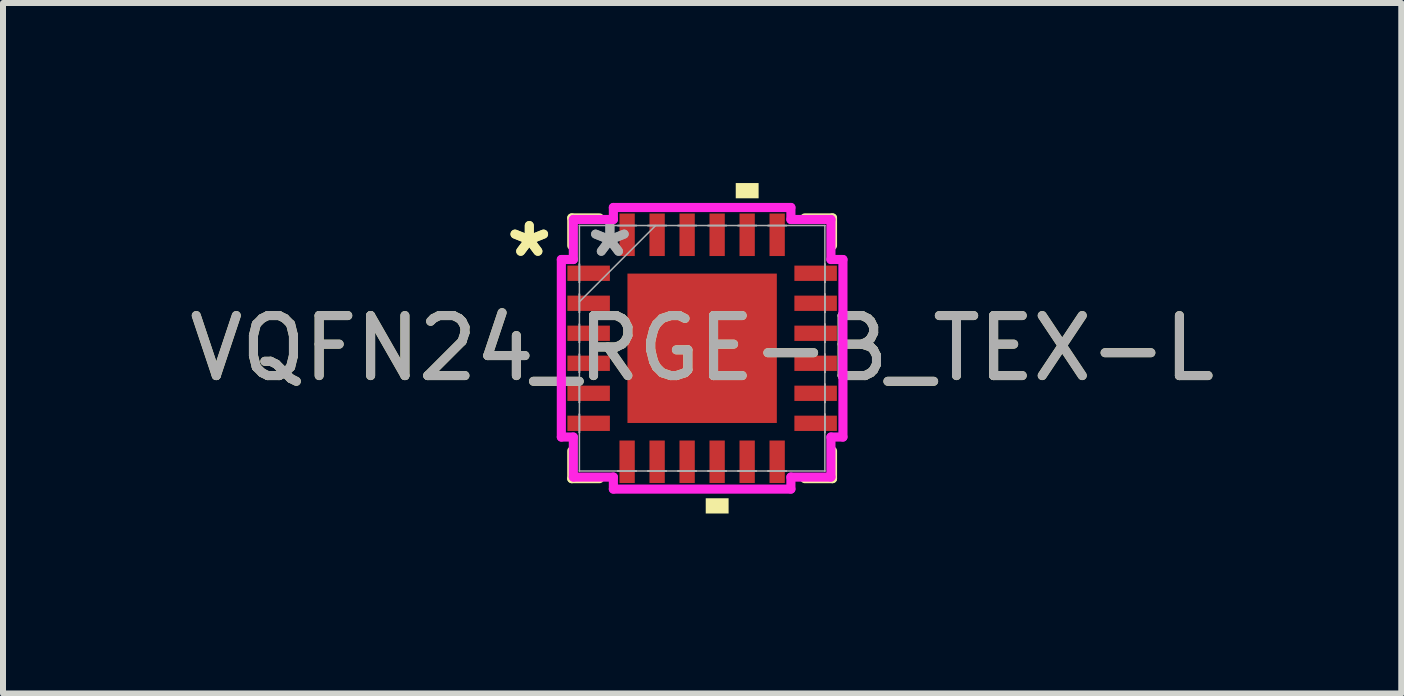
<source format=kicad_pcb>
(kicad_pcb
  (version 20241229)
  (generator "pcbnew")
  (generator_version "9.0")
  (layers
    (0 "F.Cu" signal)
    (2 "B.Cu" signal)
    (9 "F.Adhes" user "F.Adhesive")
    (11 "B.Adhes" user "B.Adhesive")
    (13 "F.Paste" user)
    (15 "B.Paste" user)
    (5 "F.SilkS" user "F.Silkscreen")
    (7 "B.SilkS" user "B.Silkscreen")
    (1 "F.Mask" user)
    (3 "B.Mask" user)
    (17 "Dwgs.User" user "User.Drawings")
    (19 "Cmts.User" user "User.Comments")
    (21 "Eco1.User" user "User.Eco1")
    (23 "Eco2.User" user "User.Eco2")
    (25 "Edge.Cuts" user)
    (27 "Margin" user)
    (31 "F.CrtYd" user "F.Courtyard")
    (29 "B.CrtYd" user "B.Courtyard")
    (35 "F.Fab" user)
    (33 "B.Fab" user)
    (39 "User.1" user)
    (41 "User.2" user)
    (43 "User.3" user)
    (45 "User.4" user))
  (footprint "VQFN24_RGE-B_TEX-L"
    (layer "F.Cu")
    (at 8.649 2.753)
    (property "Reference" "VQFN24_RGE-B_TEX-L" (at 0 0 0) (unlocked yes) (layer "F.SilkS") (effects (font (size 1 1) (thickness 0.15))))
    (attr smd)
    (fp_line (start -2.172 -2.172) (end -2.172 -1.71) (stroke (width 0.152) (type solid)) (layer "F.SilkS"))
    (fp_line (start -2.172 1.71) (end -2.172 2.172) (stroke (width 0.152) (type solid)) (layer "F.SilkS"))
    (fp_line (start -2.172 2.172) (end -1.71 2.172) (stroke (width 0.152) (type solid)) (layer "F.SilkS"))
    (fp_line (start -1.71 -2.172) (end -2.172 -2.172) (stroke (width 0.152) (type solid)) (layer "F.SilkS"))
    (fp_line (start 1.71 2.172) (end 2.172 2.172) (stroke (width 0.152) (type solid)) (layer "F.SilkS"))
    (fp_line (start 2.172 -2.172) (end 1.71 -2.172) (stroke (width 0.152) (type solid)) (layer "F.SilkS"))
    (fp_line (start 2.172 -1.71) (end 2.172 -2.172) (stroke (width 0.152) (type solid)) (layer "F.SilkS"))
    (fp_line (start 2.172 2.172) (end 2.172 1.71) (stroke (width 0.152) (type solid)) (layer "F.SilkS"))
    (fp_poly (pts (xy 0.06 2.499) (xy 0.06 2.753) (xy 0.441 2.753) (xy 0.441 2.499)) (stroke (width 0) (type solid)) (fill yes) (layer "F.SilkS"))
    (fp_poly (pts (xy 0.56 -2.499) (xy 0.56 -2.753) (xy 0.941 -2.753) (xy 0.941 -2.499)) (stroke (width 0) (type solid)) (fill yes) (layer "F.SilkS"))
    (fp_line (start -2.346 -1.479) (end -2.146 -1.479) (stroke (width 0.152) (type solid)) (layer "F.CrtYd"))
    (fp_line (start -2.346 1.479) (end -2.346 -1.479) (stroke (width 0.152) (type solid)) (layer "F.CrtYd"))
    (fp_line (start -2.146 -2.146) (end -1.479 -2.146) (stroke (width 0.152) (type solid)) (layer "F.CrtYd"))
    (fp_line (start -2.146 -1.479) (end -2.146 -2.146) (stroke (width 0.152) (type solid)) (layer "F.CrtYd"))
    (fp_line (start -2.146 1.479) (end -2.346 1.479) (stroke (width 0.152) (type solid)) (layer "F.CrtYd"))
    (fp_line (start -2.146 2.146) (end -2.146 1.479) (stroke (width 0.152) (type solid)) (layer "F.CrtYd"))
    (fp_line (start -1.479 -2.346) (end 1.479 -2.346) (stroke (width 0.152) (type solid)) (layer "F.CrtYd"))
    (fp_line (start -1.479 -2.146) (end -1.479 -2.346) (stroke (width 0.152) (type solid)) (layer "F.CrtYd"))
    (fp_line (start -1.479 2.146) (end -2.146 2.146) (stroke (width 0.152) (type solid)) (layer "F.CrtYd"))
    (fp_line (start -1.479 2.346) (end -1.479 2.146) (stroke (width 0.152) (type solid)) (layer "F.CrtYd"))
    (fp_line (start 1.479 -2.346) (end 1.479 -2.146) (stroke (width 0.152) (type solid)) (layer "F.CrtYd"))
    (fp_line (start 1.479 -2.146) (end 2.146 -2.146) (stroke (width 0.152) (type solid)) (layer "F.CrtYd"))
    (fp_line (start 1.479 2.146) (end 1.479 2.346) (stroke (width 0.152) (type solid)) (layer "F.CrtYd"))
    (fp_line (start 1.479 2.346) (end -1.479 2.346) (stroke (width 0.152) (type solid)) (layer "F.CrtYd"))
    (fp_line (start 2.146 -2.146) (end 2.146 -1.479) (stroke (width 0.152) (type solid)) (layer "F.CrtYd"))
    (fp_line (start 2.146 -1.479) (end 2.346 -1.479) (stroke (width 0.152) (type solid)) (layer "F.CrtYd"))
    (fp_line (start 2.146 1.479) (end 2.146 2.146) (stroke (width 0.152) (type solid)) (layer "F.CrtYd"))
    (fp_line (start 2.146 2.146) (end 1.479 2.146) (stroke (width 0.152) (type solid)) (layer "F.CrtYd"))
    (fp_line (start 2.346 -1.479) (end 2.346 1.479) (stroke (width 0.152) (type solid)) (layer "F.CrtYd"))
    (fp_line (start 2.346 1.479) (end 2.146 1.479) (stroke (width 0.152) (type solid)) (layer "F.CrtYd"))
    (fp_line (start -2.045 -2.045) (end -2.045 -2.045) (stroke (width 0.025) (type solid)) (layer "F.Fab"))
    (fp_line (start -2.045 -2.045) (end -2.045 2.045) (stroke (width 0.025) (type solid)) (layer "F.Fab"))
    (fp_line (start -2.045 -1.403) (end -2.045 -1.403) (stroke (width 0.025) (type solid)) (layer "F.Fab"))
    (fp_line (start -2.045 -1.403) (end -2.045 -1.098) (stroke (width 0.025) (type solid)) (layer "F.Fab"))
    (fp_line (start -2.045 -1.098) (end -2.045 -1.403) (stroke (width 0.025) (type solid)) (layer "F.Fab"))
    (fp_line (start -2.045 -1.098) (end -2.045 -1.098) (stroke (width 0.025) (type solid)) (layer "F.Fab"))
    (fp_line (start -2.045 -0.903) (end -2.045 -0.903) (stroke (width 0.025) (type solid)) (layer "F.Fab"))
    (fp_line (start -2.045 -0.903) (end -2.045 -0.598) (stroke (width 0.025) (type solid)) (layer "F.Fab"))
    (fp_line (start -2.045 -0.775) (end -0.775 -2.045) (stroke (width 0.025) (type solid)) (layer "F.Fab"))
    (fp_line (start -2.045 -0.598) (end -2.045 -0.903) (stroke (width 0.025) (type solid)) (layer "F.Fab"))
    (fp_line (start -2.045 -0.598) (end -2.045 -0.598) (stroke (width 0.025) (type solid)) (layer "F.Fab"))
    (fp_line (start -2.045 -0.402) (end -2.045 -0.402) (stroke (width 0.025) (type solid)) (layer "F.Fab"))
    (fp_line (start -2.045 -0.402) (end -2.045 -0.098) (stroke (width 0.025) (type solid)) (layer "F.Fab"))
    (fp_line (start -2.045 -0.098) (end -2.045 -0.402) (stroke (width 0.025) (type solid)) (layer "F.Fab"))
    (fp_line (start -2.045 -0.098) (end -2.045 -0.098) (stroke (width 0.025) (type solid)) (layer "F.Fab"))
    (fp_line (start -2.045 0.098) (end -2.045 0.098) (stroke (width 0.025) (type solid)) (layer "F.Fab"))
    (fp_line (start -2.045 0.098) (end -2.045 0.402) (stroke (width 0.025) (type solid)) (layer "F.Fab"))
    (fp_line (start -2.045 0.402) (end -2.045 0.098) (stroke (width 0.025) (type solid)) (layer "F.Fab"))
    (fp_line (start -2.045 0.402) (end -2.045 0.402) (stroke (width 0.025) (type solid)) (layer "F.Fab"))
    (fp_line (start -2.045 0.598) (end -2.045 0.598) (stroke (width 0.025) (type solid)) (layer "F.Fab"))
    (fp_line (start -2.045 0.598) (end -2.045 0.903) (stroke (width 0.025) (type solid)) (layer "F.Fab"))
    (fp_line (start -2.045 0.903) (end -2.045 0.598) (stroke (width 0.025) (type solid)) (layer "F.Fab"))
    (fp_line (start -2.045 0.903) (end -2.045 0.903) (stroke (width 0.025) (type solid)) (layer "F.Fab"))
    (fp_line (start -2.045 1.098) (end -2.045 1.098) (stroke (width 0.025) (type solid)) (layer "F.Fab"))
    (fp_line (start -2.045 1.098) (end -2.045 1.403) (stroke (width 0.025) (type solid)) (layer "F.Fab"))
    (fp_line (start -2.045 1.403) (end -2.045 1.098) (stroke (width 0.025) (type solid)) (layer "F.Fab"))
    (fp_line (start -2.045 1.403) (end -2.045 1.403) (stroke (width 0.025) (type solid)) (layer "F.Fab"))
    (fp_line (start -2.045 2.045) (end -2.045 2.045) (stroke (width 0.025) (type solid)) (layer "F.Fab"))
    (fp_line (start -2.045 2.045) (end 2.045 2.045) (stroke (width 0.025) (type solid)) (layer "F.Fab"))
    (fp_line (start -1.403 -2.045) (end -1.403 -2.045) (stroke (width 0.025) (type solid)) (layer "F.Fab"))
    (fp_line (start -1.403 -2.045) (end -1.098 -2.045) (stroke (width 0.025) (type solid)) (layer "F.Fab"))
    (fp_line (start -1.403 2.045) (end -1.403 2.045) (stroke (width 0.025) (type solid)) (layer "F.Fab"))
    (fp_line (start -1.403 2.045) (end -1.098 2.045) (stroke (width 0.025) (type solid)) (layer "F.Fab"))
    (fp_line (start -1.098 -2.045) (end -1.403 -2.045) (stroke (width 0.025) (type solid)) (layer "F.Fab"))
    (fp_line (start -1.098 -2.045) (end -1.098 -2.045) (stroke (width 0.025) (type solid)) (layer "F.Fab"))
    (fp_line (start -1.098 2.045) (end -1.403 2.045) (stroke (width 0.025) (type solid)) (layer "F.Fab"))
    (fp_line (start -1.098 2.045) (end -1.098 2.045) (stroke (width 0.025) (type solid)) (layer "F.Fab"))
    (fp_line (start -0.903 -2.045) (end -0.903 -2.045) (stroke (width 0.025) (type solid)) (layer "F.Fab"))
    (fp_line (start -0.903 -2.045) (end -0.598 -2.045) (stroke (width 0.025) (type solid)) (layer "F.Fab"))
    (fp_line (start -0.903 2.045) (end -0.903 2.045) (stroke (width 0.025) (type solid)) (layer "F.Fab"))
    (fp_line (start -0.903 2.045) (end -0.598 2.045) (stroke (width 0.025) (type solid)) (layer "F.Fab"))
    (fp_line (start -0.598 -2.045) (end -0.903 -2.045) (stroke (width 0.025) (type solid)) (layer "F.Fab"))
    (fp_line (start -0.598 -2.045) (end -0.598 -2.045) (stroke (width 0.025) (type solid)) (layer "F.Fab"))
    (fp_line (start -0.598 2.045) (end -0.903 2.045) (stroke (width 0.025) (type solid)) (layer "F.Fab"))
    (fp_line (start -0.598 2.045) (end -0.598 2.045) (stroke (width 0.025) (type solid)) (layer "F.Fab"))
    (fp_line (start -0.402 -2.045) (end -0.402 -2.045) (stroke (width 0.025) (type solid)) (layer "F.Fab"))
    (fp_line (start -0.402 -2.045) (end -0.098 -2.045) (stroke (width 0.025) (type solid)) (layer "F.Fab"))
    (fp_line (start -0.402 2.045) (end -0.402 2.045) (stroke (width 0.025) (type solid)) (layer "F.Fab"))
    (fp_line (start -0.402 2.045) (end -0.098 2.045) (stroke (width 0.025) (type solid)) (layer "F.Fab"))
    (fp_line (start -0.098 -2.045) (end -0.402 -2.045) (stroke (width 0.025) (type solid)) (layer "F.Fab"))
    (fp_line (start -0.098 -2.045) (end -0.098 -2.045) (stroke (width 0.025) (type solid)) (layer "F.Fab"))
    (fp_line (start -0.098 2.045) (end -0.402 2.045) (stroke (width 0.025) (type solid)) (layer "F.Fab"))
    (fp_line (start -0.098 2.045) (end -0.098 2.045) (stroke (width 0.025) (type solid)) (layer "F.Fab"))
    (fp_line (start 0.098 -2.045) (end 0.098 -2.045) (stroke (width 0.025) (type solid)) (layer "F.Fab"))
    (fp_line (start 0.098 -2.045) (end 0.402 -2.045) (stroke (width 0.025) (type solid)) (layer "F.Fab"))
    (fp_line (start 0.098 2.045) (end 0.098 2.045) (stroke (width 0.025) (type solid)) (layer "F.Fab"))
    (fp_line (start 0.098 2.045) (end 0.402 2.045) (stroke (width 0.025) (type solid)) (layer "F.Fab"))
    (fp_line (start 0.402 -2.045) (end 0.098 -2.045) (stroke (width 0.025) (type solid)) (layer "F.Fab"))
    (fp_line (start 0.402 -2.045) (end 0.402 -2.045) (stroke (width 0.025) (type solid)) (layer "F.Fab"))
    (fp_line (start 0.402 2.045) (end 0.098 2.045) (stroke (width 0.025) (type solid)) (layer "F.Fab"))
    (fp_line (start 0.402 2.045) (end 0.402 2.045) (stroke (width 0.025) (type solid)) (layer "F.Fab"))
    (fp_line (start 0.598 -2.045) (end 0.598 -2.045) (stroke (width 0.025) (type solid)) (layer "F.Fab"))
    (fp_line (start 0.598 -2.045) (end 0.903 -2.045) (stroke (width 0.025) (type solid)) (layer "F.Fab"))
    (fp_line (start 0.598 2.045) (end 0.598 2.045) (stroke (width 0.025) (type solid)) (layer "F.Fab"))
    (fp_line (start 0.598 2.045) (end 0.903 2.045) (stroke (width 0.025) (type solid)) (layer "F.Fab"))
    (fp_line (start 0.903 -2.045) (end 0.598 -2.045) (stroke (width 0.025) (type solid)) (layer "F.Fab"))
    (fp_line (start 0.903 -2.045) (end 0.903 -2.045) (stroke (width 0.025) (type solid)) (layer "F.Fab"))
    (fp_line (start 0.903 2.045) (end 0.598 2.045) (stroke (width 0.025) (type solid)) (layer "F.Fab"))
    (fp_line (start 0.903 2.045) (end 0.903 2.045) (stroke (width 0.025) (type solid)) (layer "F.Fab"))
    (fp_line (start 1.098 -2.045) (end 1.098 -2.045) (stroke (width 0.025) (type solid)) (layer "F.Fab"))
    (fp_line (start 1.098 -2.045) (end 1.403 -2.045) (stroke (width 0.025) (type solid)) (layer "F.Fab"))
    (fp_line (start 1.098 2.045) (end 1.098 2.045) (stroke (width 0.025) (type solid)) (layer "F.Fab"))
    (fp_line (start 1.098 2.045) (end 1.403 2.045) (stroke (width 0.025) (type solid)) (layer "F.Fab"))
    (fp_line (start 1.403 -2.045) (end 1.098 -2.045) (stroke (width 0.025) (type solid)) (layer "F.Fab"))
    (fp_line (start 1.403 -2.045) (end 1.403 -2.045) (stroke (width 0.025) (type solid)) (layer "F.Fab"))
    (fp_line (start 1.403 2.045) (end 1.098 2.045) (stroke (width 0.025) (type solid)) (layer "F.Fab"))
    (fp_line (start 1.403 2.045) (end 1.403 2.045) (stroke (width 0.025) (type solid)) (layer "F.Fab"))
    (fp_line (start 2.045 -2.045) (end -2.045 -2.045) (stroke (width 0.025) (type solid)) (layer "F.Fab"))
    (fp_line (start 2.045 -2.045) (end 2.045 -2.045) (stroke (width 0.025) (type solid)) (layer "F.Fab"))
    (fp_line (start 2.045 -1.403) (end 2.045 -1.403) (stroke (width 0.025) (type solid)) (layer "F.Fab"))
    (fp_line (start 2.045 -1.403) (end 2.045 -1.098) (stroke (width 0.025) (type solid)) (layer "F.Fab"))
    (fp_line (start 2.045 -1.098) (end 2.045 -1.403) (stroke (width 0.025) (type solid)) (layer "F.Fab"))
    (fp_line (start 2.045 -1.098) (end 2.045 -1.098) (stroke (width 0.025) (type solid)) (layer "F.Fab"))
    (fp_line (start 2.045 -0.903) (end 2.045 -0.903) (stroke (width 0.025) (type solid)) (layer "F.Fab"))
    (fp_line (start 2.045 -0.903) (end 2.045 -0.598) (stroke (width 0.025) (type solid)) (layer "F.Fab"))
    (fp_line (start 2.045 -0.598) (end 2.045 -0.903) (stroke (width 0.025) (type solid)) (layer "F.Fab"))
    (fp_line (start 2.045 -0.598) (end 2.045 -0.598) (stroke (width 0.025) (type solid)) (layer "F.Fab"))
    (fp_line (start 2.045 -0.402) (end 2.045 -0.402) (stroke (width 0.025) (type solid)) (layer "F.Fab"))
    (fp_line (start 2.045 -0.402) (end 2.045 -0.098) (stroke (width 0.025) (type solid)) (layer "F.Fab"))
    (fp_line (start 2.045 -0.098) (end 2.045 -0.402) (stroke (width 0.025) (type solid)) (layer "F.Fab"))
    (fp_line (start 2.045 -0.098) (end 2.045 -0.098) (stroke (width 0.025) (type solid)) (layer "F.Fab"))
    (fp_line (start 2.045 0.098) (end 2.045 0.098) (stroke (width 0.025) (type solid)) (layer "F.Fab"))
    (fp_line (start 2.045 0.098) (end 2.045 0.402) (stroke (width 0.025) (type solid)) (layer "F.Fab"))
    (fp_line (start 2.045 0.402) (end 2.045 0.098) (stroke (width 0.025) (type solid)) (layer "F.Fab"))
    (fp_line (start 2.045 0.402) (end 2.045 0.402) (stroke (width 0.025) (type solid)) (layer "F.Fab"))
    (fp_line (start 2.045 0.598) (end 2.045 0.598) (stroke (width 0.025) (type solid)) (layer "F.Fab"))
    (fp_line (start 2.045 0.598) (end 2.045 0.903) (stroke (width 0.025) (type solid)) (layer "F.Fab"))
    (fp_line (start 2.045 0.903) (end 2.045 0.598) (stroke (width 0.025) (type solid)) (layer "F.Fab"))
    (fp_line (start 2.045 0.903) (end 2.045 0.903) (stroke (width 0.025) (type solid)) (layer "F.Fab"))
    (fp_line (start 2.045 1.098) (end 2.045 1.098) (stroke (width 0.025) (type solid)) (layer "F.Fab"))
    (fp_line (start 2.045 1.098) (end 2.045 1.403) (stroke (width 0.025) (type solid)) (layer "F.Fab"))
    (fp_line (start 2.045 1.403) (end 2.045 1.098) (stroke (width 0.025) (type solid)) (layer "F.Fab"))
    (fp_line (start 2.045 1.403) (end 2.045 1.403) (stroke (width 0.025) (type solid)) (layer "F.Fab"))
    (fp_line (start 2.045 2.045) (end 2.045 -2.045) (stroke (width 0.025) (type solid)) (layer "F.Fab"))
    (fp_line (start 2.045 2.045) (end 2.045 2.045) (stroke (width 0.025) (type solid)) (layer "F.Fab"))
    (fp_text user "*" (at -2.88 -1.5 0) (layer "F.SilkS") (effects (font (size 1 1) (thickness 0.15))))
    (fp_text user "*" (at -2.88 -1.5 0) (unlocked yes) (layer "F.SilkS") (effects (font (size 1 1) (thickness 0.15))))
    (fp_text user "*" (at -1.537 -1.5 0) (unlocked yes) (layer "F.Fab") (effects (font (size 1 1) (thickness 0.15))))
    (fp_text user "*" (at -1.537 -1.5 0) (layer "F.Fab") (effects (font (size 1 1) (thickness 0.15))))
    (fp_text user "${REFERENCE}" (at 0 0 0) (unlocked yes) (layer "F.Fab") (effects (font (size 1 1) (thickness 0.15))))
    (pad "1" smd rect (at -1.891 -1.25 90) (size 0.255 0.708) (layers "F.Cu" "F.Mask" "F.Paste"))
    (pad "2" smd rect (at -1.891 -0.75 90) (size 0.255 0.708) (layers "F.Cu" "F.Mask" "F.Paste"))
    (pad "3" smd rect (at -1.891 -0.25 90) (size 0.255 0.708) (layers "F.Cu" "F.Mask" "F.Paste"))
    (pad "4" smd rect (at -1.891 0.25 90) (size 0.255 0.708) (layers "F.Cu" "F.Mask" "F.Paste"))
    (pad "5" smd rect (at -1.891 0.75 90) (size 0.255 0.708) (layers "F.Cu" "F.Mask" "F.Paste"))
    (pad "6" smd rect (at -1.891 1.25 90) (size 0.255 0.708) (layers "F.Cu" "F.Mask" "F.Paste"))
    (pad "7" smd rect (at -1.25 1.891) (size 0.255 0.708) (layers "F.Cu" "F.Mask" "F.Paste"))
    (pad "8" smd rect (at -0.75 1.891) (size 0.255 0.708) (layers "F.Cu" "F.Mask" "F.Paste"))
    (pad "9" smd rect (at -0.25 1.891) (size 0.255 0.708) (layers "F.Cu" "F.Mask" "F.Paste"))
    (pad "10" smd rect (at 0.25 1.891) (size 0.255 0.708) (layers "F.Cu" "F.Mask" "F.Paste"))
    (pad "11" smd rect (at 0.75 1.891) (size 0.255 0.708) (layers "F.Cu" "F.Mask" "F.Paste"))
    (pad "12" smd rect (at 1.25 1.891) (size 0.255 0.708) (layers "F.Cu" "F.Mask" "F.Paste"))
    (pad "13" smd rect (at 1.891 1.25 90) (size 0.255 0.708) (layers "F.Cu" "F.Mask" "F.Paste"))
    (pad "14" smd rect (at 1.891 0.75 90) (size 0.255 0.708) (layers "F.Cu" "F.Mask" "F.Paste"))
    (pad "15" smd rect (at 1.891 0.25 90) (size 0.255 0.708) (layers "F.Cu" "F.Mask" "F.Paste"))
    (pad "16" smd rect (at 1.891 -0.25 90) (size 0.255 0.708) (layers "F.Cu" "F.Mask" "F.Paste"))
    (pad "17" smd rect (at 1.891 -0.75 90) (size 0.255 0.708) (layers "F.Cu" "F.Mask" "F.Paste"))
    (pad "18" smd rect (at 1.891 -1.25 90) (size 0.255 0.708) (layers "F.Cu" "F.Mask" "F.Paste"))
    (pad "19" smd rect (at 1.25 -1.891) (size 0.255 0.708) (layers "F.Cu" "F.Mask" "F.Paste"))
    (pad "20" smd rect (at 0.75 -1.891) (size 0.255 0.708) (layers "F.Cu" "F.Mask" "F.Paste"))
    (pad "21" smd rect (at 0.25 -1.891) (size 0.255 0.708) (layers "F.Cu" "F.Mask" "F.Paste"))
    (pad "22" smd rect (at -0.25 -1.891) (size 0.255 0.708) (layers "F.Cu" "F.Mask" "F.Paste"))
    (pad "23" smd rect (at -0.75 -1.891) (size 0.255 0.708) (layers "F.Cu" "F.Mask" "F.Paste"))
    (pad "24" smd rect (at -1.25 -1.891) (size 0.255 0.708) (layers "F.Cu" "F.Mask" "F.Paste"))
    (pad "25" smd rect (at 0 0) (size 2.489 2.489) (layers "F.Cu" "F.Mask" "F.Paste")))
  (gr_rect
    (start -3 -3)
    (end 20.298 8.505)
    (stroke (width 0.1) (type default))
    (fill no)
    (layer "Edge.Cuts")))
</source>
